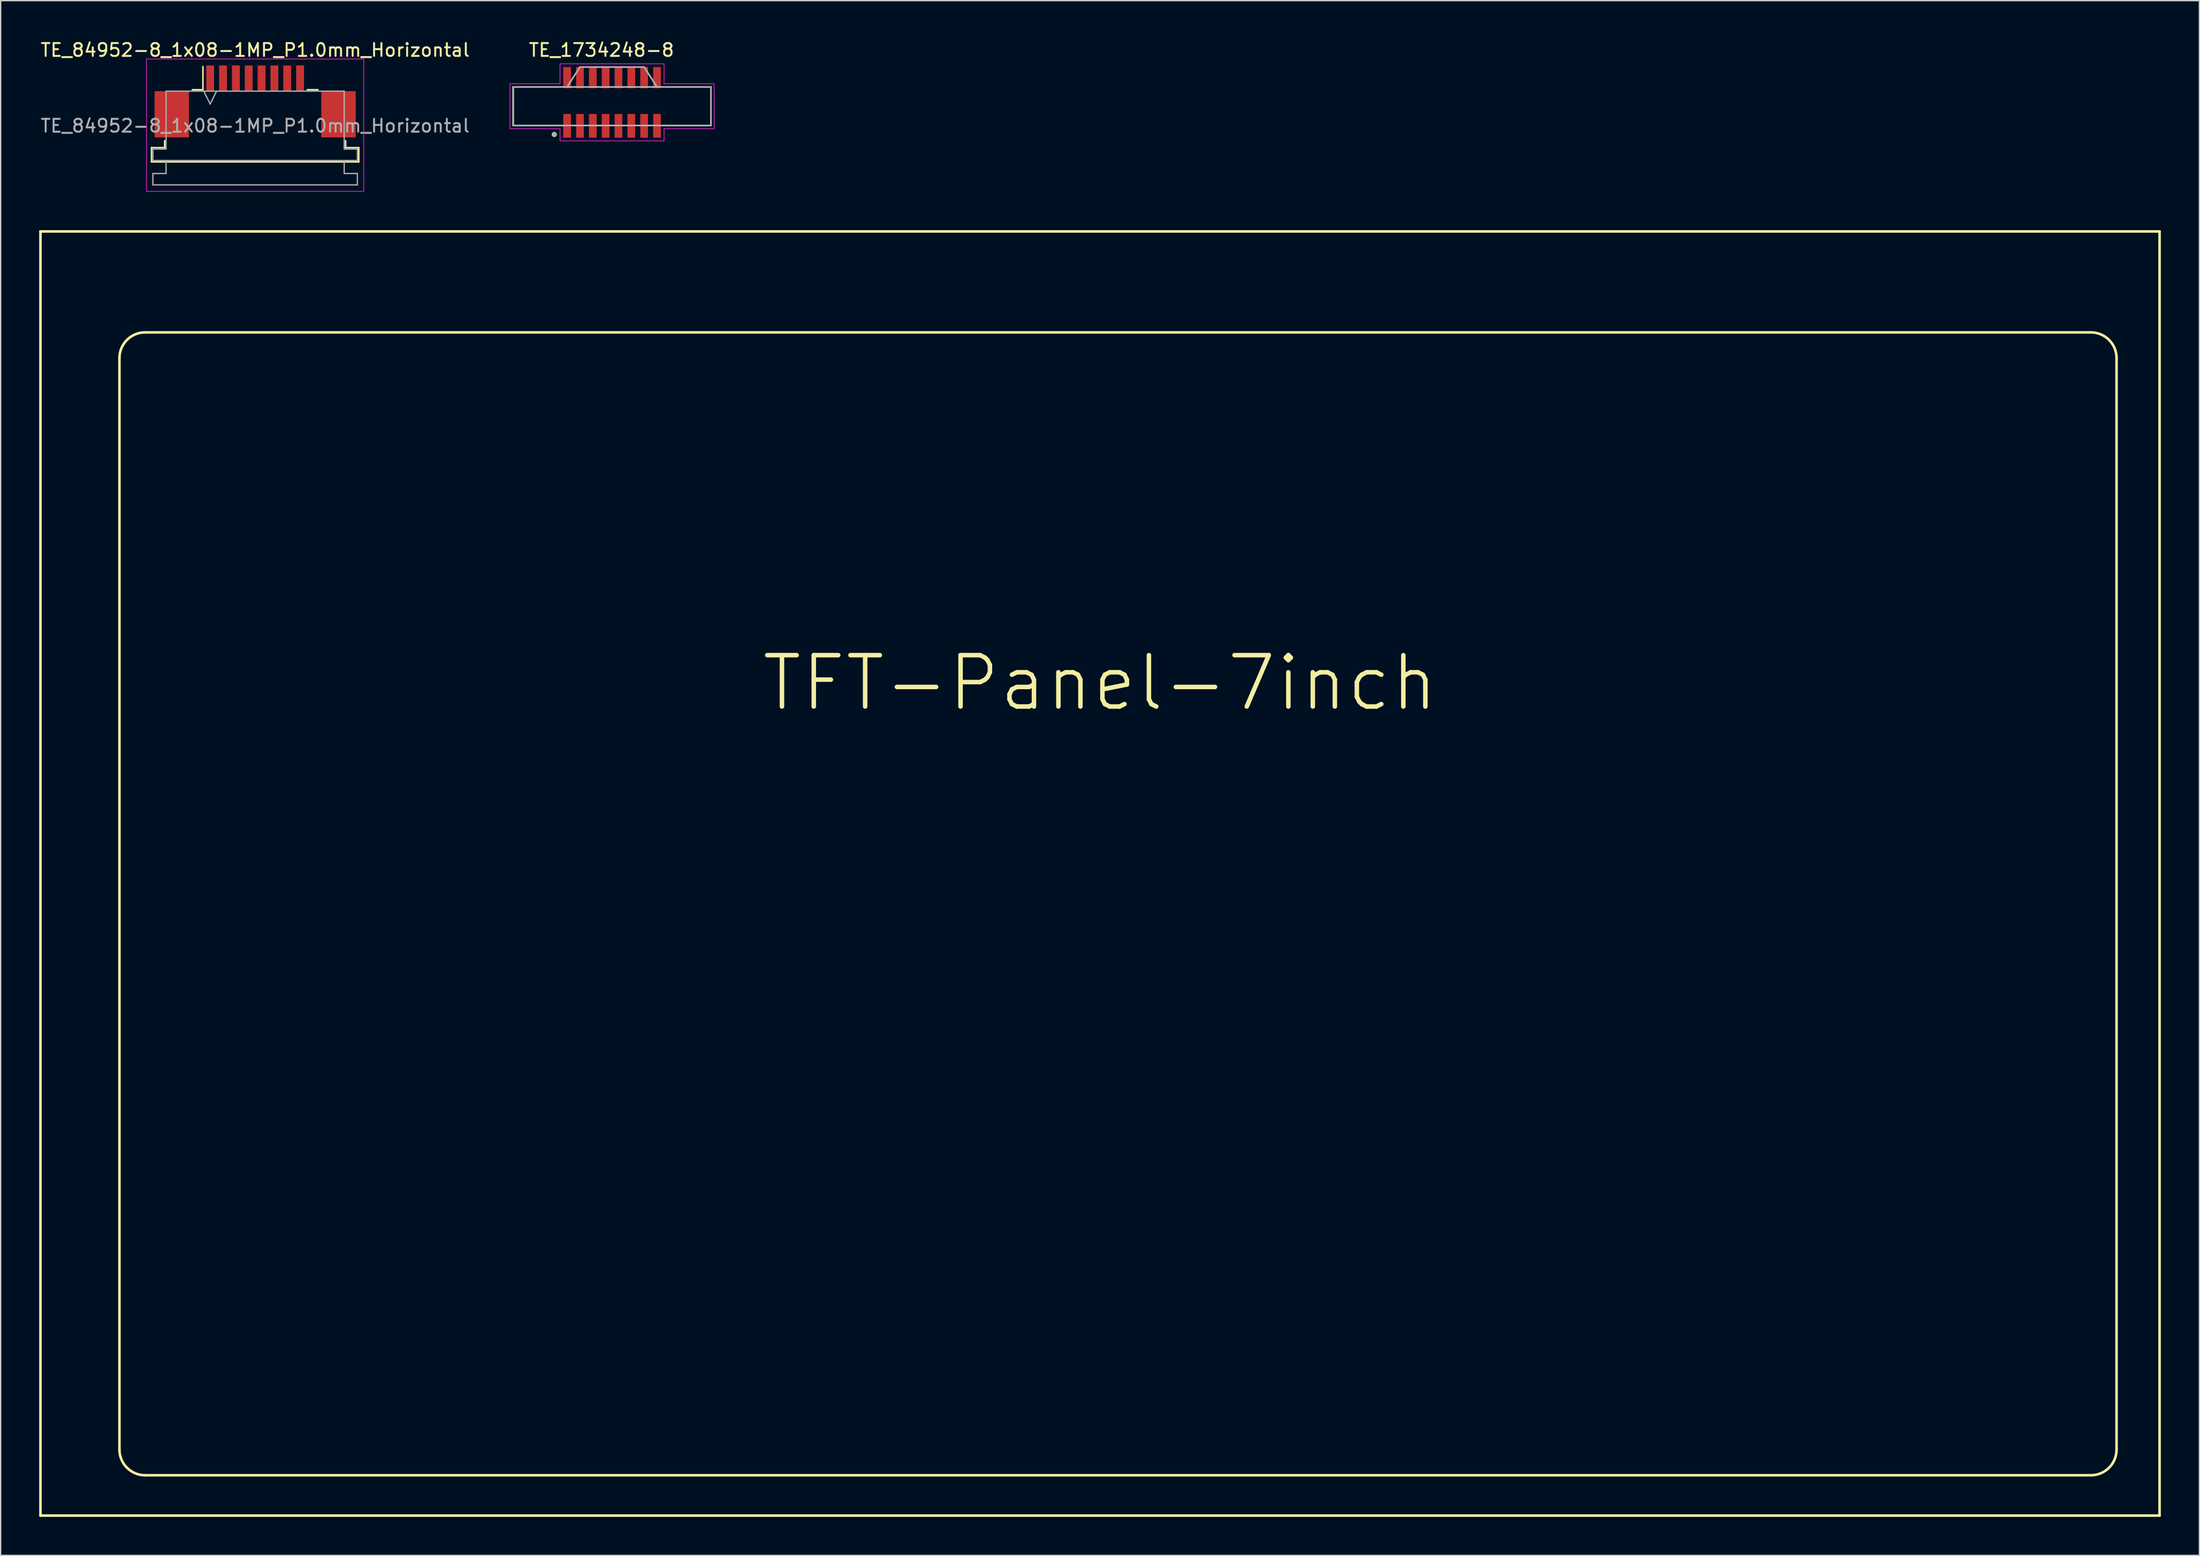
<source format=kicad_pcb>
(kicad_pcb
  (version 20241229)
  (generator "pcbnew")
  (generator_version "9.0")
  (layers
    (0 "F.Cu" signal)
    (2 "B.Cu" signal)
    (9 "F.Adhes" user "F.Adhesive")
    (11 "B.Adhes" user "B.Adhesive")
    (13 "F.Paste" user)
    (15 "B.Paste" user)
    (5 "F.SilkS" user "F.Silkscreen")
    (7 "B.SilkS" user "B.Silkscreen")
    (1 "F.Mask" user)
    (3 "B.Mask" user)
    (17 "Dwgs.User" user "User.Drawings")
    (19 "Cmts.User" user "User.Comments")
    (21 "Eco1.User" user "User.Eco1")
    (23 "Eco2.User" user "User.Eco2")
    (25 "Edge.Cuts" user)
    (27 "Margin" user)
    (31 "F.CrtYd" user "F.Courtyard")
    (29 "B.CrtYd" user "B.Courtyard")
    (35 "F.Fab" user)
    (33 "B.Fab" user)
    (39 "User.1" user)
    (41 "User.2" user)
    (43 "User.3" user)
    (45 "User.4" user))
  (footprint "TFT-Panel-7inch"
    (layer "F.Cu")
    (at 82.09 63.599)
    (property "Reference" "TFT-Panel-7inch" (at 0.508 -13.462 0) (layer "F.SilkS") (effects (font (size 4 4) (thickness 0.35))))
    (attr through_hole)
    (fp_line (start -81.99 -48.626) (end 83.01 -48.626) (stroke (width 0.2) (type solid)) (layer "F.SilkS"))
    (fp_line (start -81.99 51.374) (end -81.99 -48.626) (stroke (width 0.2) (type solid)) (layer "F.SilkS"))
    (fp_line (start -75.84 -38.766) (end -75.84 46.234) (stroke (width 0.2) (type solid)) (layer "F.SilkS"))
    (fp_line (start -73.84 48.234) (end 77.66 48.234) (stroke (width 0.2) (type solid)) (layer "F.SilkS"))
    (fp_line (start 77.66 -40.766) (end -73.84 -40.766) (stroke (width 0.2) (type solid)) (layer "F.SilkS"))
    (fp_line (start 79.66 46.234) (end 79.66 -38.766) (stroke (width 0.2) (type solid)) (layer "F.SilkS"))
    (fp_line (start 83.01 -48.626) (end 83.01 51.374) (stroke (width 0.2) (type solid)) (layer "F.SilkS"))
    (fp_line (start 83.01 51.374) (end -81.99 51.374) (stroke (width 0.2) (type solid)) (layer "F.SilkS"))
    (fp_arc (start -75.84 -38.766) (mid -75.254214 -40.180214) (end -73.84 -40.766) (stroke (width 0.2) (type solid)) (layer "F.SilkS"))
    (fp_arc (start -73.84 48.234) (mid -75.254214 47.648214) (end -75.84 46.234) (stroke (width 0.2) (type solid)) (layer "F.SilkS"))
    (fp_arc (start 77.66 -40.766) (mid 79.074214 -40.180214) (end 79.66 -38.766) (stroke (width 0.2) (type solid)) (layer "F.SilkS"))
    (fp_arc (start 79.66 46.234) (mid 79.074214 47.648214) (end 77.66 48.234) (stroke (width 0.2) (type solid)) (layer "F.SilkS")))
  (footprint "TE_84952-8_1x08-1MP_P1.0mm_Horizontal"
    (layer "F.Cu")
    (at 16.815 4.848)
    (property "Reference" "TE_84952-8_1x08-1MP_P1.0mm_Horizontal" (at 0 -4 0) (layer "F.SilkS") (effects (font (size 1 1) (thickness 0.15))))
    (attr smd)
    (fp_line (start -8.07 3.6) (end -7.045 3.6) (stroke (width 0.12) (type solid)) (layer "F.SilkS"))
    (fp_line (start -8.07 4.71) (end -8.07 3.6) (stroke (width 0.12) (type solid)) (layer "F.SilkS"))
    (fp_line (start -7.045 3.6) (end -7.045 3.06) (stroke (width 0.12) (type solid)) (layer "F.SilkS"))
    (fp_line (start -4.89 -0.91) (end -4.065 -0.91) (stroke (width 0.12) (type solid)) (layer "F.SilkS"))
    (fp_line (start -4.065 -0.91) (end -4.065 -2.71) (stroke (width 0.12) (type solid)) (layer "F.SilkS"))
    (fp_line (start 4.065 -0.91) (end 4.89 -0.91) (stroke (width 0.12) (type solid)) (layer "F.SilkS"))
    (fp_line (start 7.045 3.06) (end 7.045 3.6) (stroke (width 0.12) (type solid)) (layer "F.SilkS"))
    (fp_line (start 7.045 3.6) (end 8.07 3.6) (stroke (width 0.12) (type solid)) (layer "F.SilkS"))
    (fp_line (start 8.07 3.6) (end 8.07 4.71) (stroke (width 0.12) (type solid)) (layer "F.SilkS"))
    (fp_line (start 8.07 4.71) (end -8.07 4.71) (stroke (width 0.12) (type solid)) (layer "F.SilkS"))
    (fp_line (start -8.46 -3.3) (end -8.46 7) (stroke (width 0.05) (type solid)) (layer "F.CrtYd"))
    (fp_line (start -8.46 7) (end 8.46 7) (stroke (width 0.05) (type solid)) (layer "F.CrtYd"))
    (fp_line (start 8.46 -3.3) (end -8.46 -3.3) (stroke (width 0.05) (type solid)) (layer "F.CrtYd"))
    (fp_line (start 8.46 7) (end 8.46 -3.3) (stroke (width 0.05) (type solid)) (layer "F.CrtYd"))
    (fp_line (start -7.96 3.71) (end -6.935 3.71) (stroke (width 0.1) (type solid)) (layer "F.Fab"))
    (fp_line (start -7.96 4.6) (end -7.96 3.71) (stroke (width 0.1) (type solid)) (layer "F.Fab"))
    (fp_line (start -7.96 5.61) (end -6.935 5.61) (stroke (width 0.1) (type solid)) (layer "F.Fab"))
    (fp_line (start -7.96 6.5) (end -7.96 5.61) (stroke (width 0.1) (type solid)) (layer "F.Fab"))
    (fp_line (start -6.935 -0.8) (end 6.935 -0.8) (stroke (width 0.1) (type solid)) (layer "F.Fab"))
    (fp_line (start -6.935 3.71) (end -6.935 -0.8) (stroke (width 0.1) (type solid)) (layer "F.Fab"))
    (fp_line (start -6.935 5.61) (end -6.935 4.6) (stroke (width 0.1) (type solid)) (layer "F.Fab"))
    (fp_line (start -4 -0.8) (end -3.5 0.2) (stroke (width 0.1) (type solid)) (layer "F.Fab"))
    (fp_line (start -3.5 0.2) (end -3 -0.8) (stroke (width 0.1) (type solid)) (layer "F.Fab"))
    (fp_line (start 6.935 -0.8) (end 6.935 3.71) (stroke (width 0.1) (type solid)) (layer "F.Fab"))
    (fp_line (start 6.935 3.71) (end 7.96 3.71) (stroke (width 0.1) (type solid)) (layer "F.Fab"))
    (fp_line (start 6.935 4.6) (end 6.935 5.61) (stroke (width 0.1) (type solid)) (layer "F.Fab"))
    (fp_line (start 6.935 5.61) (end 7.96 5.61) (stroke (width 0.1) (type solid)) (layer "F.Fab"))
    (fp_line (start 7.96 3.71) (end 7.96 4.6) (stroke (width 0.1) (type solid)) (layer "F.Fab"))
    (fp_line (start 7.96 4.6) (end -7.96 4.6) (stroke (width 0.1) (type solid)) (layer "F.Fab"))
    (fp_line (start 7.96 5.61) (end 7.96 6.5) (stroke (width 0.1) (type solid)) (layer "F.Fab"))
    (fp_line (start 7.96 6.5) (end -7.96 6.5) (stroke (width 0.1) (type solid)) (layer "F.Fab"))
    (fp_text user "${REFERENCE}" (at 0 1.9 0) (layer "F.Fab") (effects (font (size 1 1) (thickness 0.15))))
    (pad "1" smd rect (at -3.5 -1.8) (size 0.61 2) (layers "F.Cu" "F.Mask" "F.Paste"))
    (pad "2" smd rect (at -2.5 -1.8) (size 0.61 2) (layers "F.Cu" "F.Mask" "F.Paste"))
    (pad "3" smd rect (at -1.5 -1.8) (size 0.61 2) (layers "F.Cu" "F.Mask" "F.Paste"))
    (pad "4" smd rect (at -0.5 -1.8) (size 0.61 2) (layers "F.Cu" "F.Mask" "F.Paste"))
    (pad "5" smd rect (at 0.5 -1.8) (size 0.61 2) (layers "F.Cu" "F.Mask" "F.Paste"))
    (pad "6" smd rect (at 1.5 -1.8) (size 0.61 2) (layers "F.Cu" "F.Mask" "F.Paste"))
    (pad "7" smd rect (at 2.5 -1.8) (size 0.61 2) (layers "F.Cu" "F.Mask" "F.Paste"))
    (pad "8" smd rect (at 3.5 -1.8) (size 0.61 2) (layers "F.Cu" "F.Mask" "F.Paste"))
    (pad "MP" smd rect (at -6.49 1) (size 2.68 3.6) (layers "F.Cu" "F.Mask" "F.Paste"))
    (pad "MP" smd rect (at 6.49 1) (size 2.68 3.6) (layers "F.Cu" "F.Mask" "F.Paste")))
  (footprint "TE_1734248-8"
    (layer "F.Cu")
    (at 44.606 4.823)
    (property "Reference" "TE_1734248-8" (at -0.825 -3.975 0) (layer "F.SilkS") (effects (font (size 1 1) (thickness 0.15))))
    (attr through_hole)
    (fp_line (start -7.7 -1.1) (end -4.2 -1.1) (stroke (width 0.127) (type solid)) (layer "F.SilkS"))
    (fp_line (start -7.7 1.9) (end -7.7 -1.1) (stroke (width 0.127) (type solid)) (layer "F.SilkS"))
    (fp_line (start -7.7 1.9) (end -4.2 1.9) (stroke (width 0.127) (type solid)) (layer "F.SilkS"))
    (fp_line (start 7.7 -1.1) (end 4.2 -1.1) (stroke (width 0.127) (type solid)) (layer "F.SilkS"))
    (fp_line (start 7.7 -1.1) (end 7.7 1.9) (stroke (width 0.127) (type solid)) (layer "F.SilkS"))
    (fp_line (start 7.7 1.9) (end 4.2 1.9) (stroke (width 0.127) (type solid)) (layer "F.SilkS"))
    (fp_circle (center -4.5 2.6) (end -4.4 2.6) (stroke (width 0.2) (type solid)) (fill no) (layer "F.SilkS"))
    (fp_line (start -7.95 -1.35) (end -4.05 -1.35) (stroke (width 0.05) (type solid)) (layer "F.CrtYd"))
    (fp_line (start -7.95 2.15) (end -7.95 -1.35) (stroke (width 0.05) (type solid)) (layer "F.CrtYd"))
    (fp_line (start -4.05 -2.9) (end 4.05 -2.9) (stroke (width 0.05) (type solid)) (layer "F.CrtYd"))
    (fp_line (start -4.05 -1.35) (end -4.05 -2.9) (stroke (width 0.05) (type solid)) (layer "F.CrtYd"))
    (fp_line (start -4.05 2.15) (end -7.95 2.15) (stroke (width 0.05) (type solid)) (layer "F.CrtYd"))
    (fp_line (start -4.05 3.1) (end -4.05 2.15) (stroke (width 0.05) (type solid)) (layer "F.CrtYd"))
    (fp_line (start 4.05 -2.9) (end 4.05 -1.35) (stroke (width 0.05) (type solid)) (layer "F.CrtYd"))
    (fp_line (start 4.05 -1.35) (end 7.95 -1.35) (stroke (width 0.05) (type solid)) (layer "F.CrtYd"))
    (fp_line (start 4.05 2.15) (end 4.05 3.1) (stroke (width 0.05) (type solid)) (layer "F.CrtYd"))
    (fp_line (start 4.05 3.1) (end -4.05 3.1) (stroke (width 0.05) (type solid)) (layer "F.CrtYd"))
    (fp_line (start 7.95 -1.35) (end 7.95 2.15) (stroke (width 0.05) (type solid)) (layer "F.CrtYd"))
    (fp_line (start 7.95 2.15) (end 4.05 2.15) (stroke (width 0.05) (type solid)) (layer "F.CrtYd"))
    (fp_line (start -7.7 -1.1) (end 7.7 -1.1) (stroke (width 0.127) (type solid)) (layer "F.Fab"))
    (fp_line (start -7.7 1.9) (end -7.7 -1.1) (stroke (width 0.127) (type solid)) (layer "F.Fab"))
    (fp_line (start -3.5 -1.1) (end -2.5 -2.65) (stroke (width 0.127) (type solid)) (layer "F.Fab"))
    (fp_line (start -2.5 -2.65) (end 2.5 -2.65) (stroke (width 0.127) (type solid)) (layer "F.Fab"))
    (fp_line (start 2.5 -2.65) (end 3.5 -1.1) (stroke (width 0.127) (type solid)) (layer "F.Fab"))
    (fp_line (start 7.7 -1.1) (end 7.7 1.9) (stroke (width 0.127) (type solid)) (layer "F.Fab"))
    (fp_line (start 7.7 1.9) (end -7.7 1.9) (stroke (width 0.127) (type solid)) (layer "F.Fab"))
    (fp_circle (center -4.5 2.6) (end -4.4 2.6) (stroke (width 0.2) (type solid)) (fill no) (layer "F.Fab"))
    (pad "1_1" smd rect (at -3.5 1.925) (size 0.6 1.85) (layers "F.Cu" "F.Mask" "F.Paste"))
    (pad "1_2" smd rect (at -3.5 -1.825) (size 0.6 1.65) (layers "F.Cu" "F.Mask" "F.Paste"))
    (pad "2_1" smd rect (at -2.5 1.925) (size 0.6 1.85) (layers "F.Cu" "F.Mask" "F.Paste"))
    (pad "2_2" smd rect (at -2.5 -1.825) (size 0.6 1.65) (layers "F.Cu" "F.Mask" "F.Paste"))
    (pad "3_1" smd rect (at -1.5 1.925) (size 0.6 1.85) (layers "F.Cu" "F.Mask" "F.Paste"))
    (pad "3_2" smd rect (at -1.5 -1.825) (size 0.6 1.65) (layers "F.Cu" "F.Mask" "F.Paste"))
    (pad "4_1" smd rect (at -0.5 1.925) (size 0.6 1.85) (layers "F.Cu" "F.Mask" "F.Paste"))
    (pad "4_2" smd rect (at -0.5 -1.825) (size 0.6 1.65) (layers "F.Cu" "F.Mask" "F.Paste"))
    (pad "5_1" smd rect (at 0.5 1.925) (size 0.6 1.85) (layers "F.Cu" "F.Mask" "F.Paste"))
    (pad "5_2" smd rect (at 0.5 -1.825) (size 0.6 1.65) (layers "F.Cu" "F.Mask" "F.Paste"))
    (pad "6_1" smd rect (at 1.5 1.925) (size 0.6 1.85) (layers "F.Cu" "F.Mask" "F.Paste"))
    (pad "6_2" smd rect (at 1.5 -1.825) (size 0.6 1.65) (layers "F.Cu" "F.Mask" "F.Paste"))
    (pad "7_1" smd rect (at 2.5 1.925) (size 0.6 1.85) (layers "F.Cu" "F.Mask" "F.Paste"))
    (pad "7_2" smd rect (at 2.5 -1.825) (size 0.6 1.65) (layers "F.Cu" "F.Mask" "F.Paste"))
    (pad "8_1" smd rect (at 3.5 1.925) (size 0.6 1.85) (layers "F.Cu" "F.Mask" "F.Paste"))
    (pad "8_2" smd rect (at 3.5 -1.825) (size 0.6 1.65) (layers "F.Cu" "F.Mask" "F.Paste")))
  (gr_rect
    (start -3 -3)
    (end 168.2 118.073)
    (stroke (width 0.1) (type default))
    (fill no)
    (layer "Edge.Cuts")))
</source>
